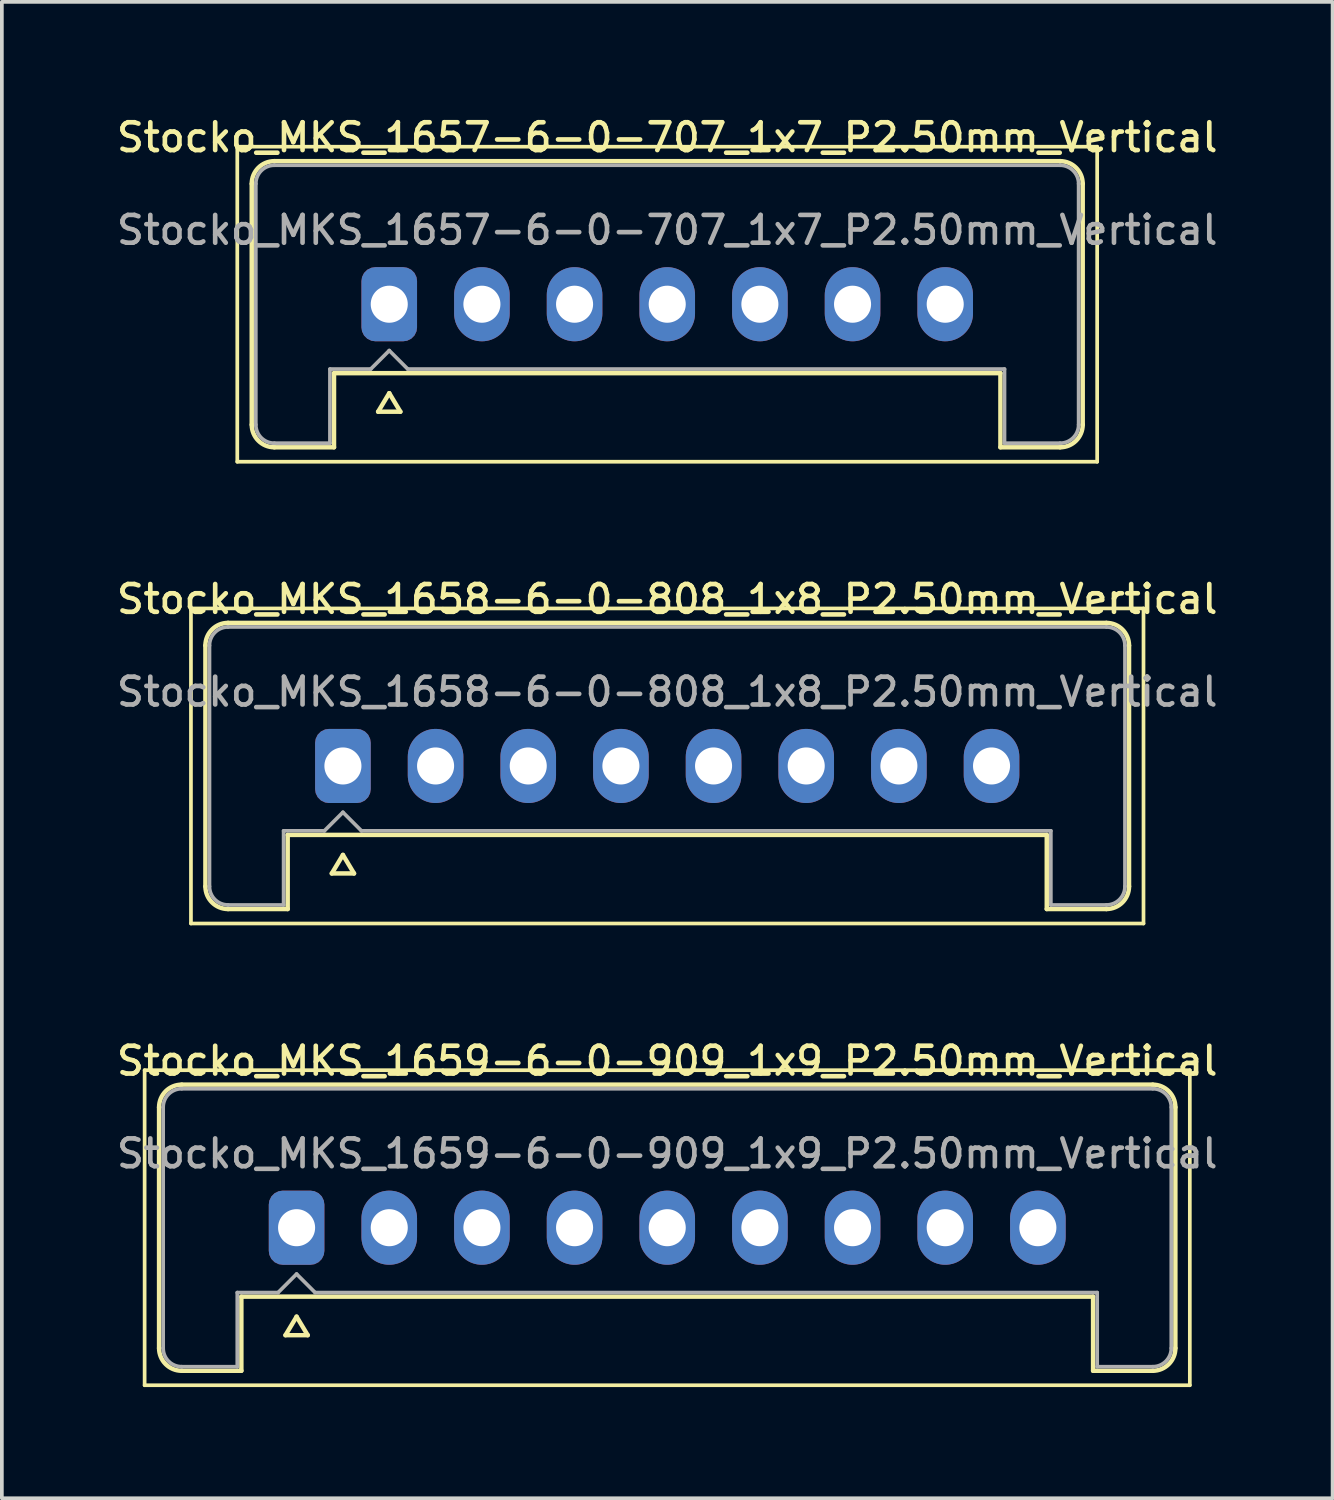
<source format=kicad_pcb>
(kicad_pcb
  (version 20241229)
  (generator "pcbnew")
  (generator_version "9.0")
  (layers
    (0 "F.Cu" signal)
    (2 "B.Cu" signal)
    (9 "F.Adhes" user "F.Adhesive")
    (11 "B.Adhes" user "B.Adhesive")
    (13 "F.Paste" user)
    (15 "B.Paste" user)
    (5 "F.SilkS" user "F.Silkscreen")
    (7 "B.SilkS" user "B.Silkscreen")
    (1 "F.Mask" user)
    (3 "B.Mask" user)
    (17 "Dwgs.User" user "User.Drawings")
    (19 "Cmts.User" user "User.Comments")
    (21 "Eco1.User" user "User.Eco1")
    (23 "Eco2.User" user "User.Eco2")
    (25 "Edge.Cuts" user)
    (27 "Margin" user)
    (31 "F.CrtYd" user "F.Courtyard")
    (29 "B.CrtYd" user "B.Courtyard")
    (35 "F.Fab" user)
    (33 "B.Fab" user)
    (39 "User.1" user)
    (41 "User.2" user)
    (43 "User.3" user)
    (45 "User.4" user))
  (footprint "Stocko_MKS_1657-6-0-707_1x7_P2.50mm_Vertical"
    (layer "F.Cu")
    (at 7.452 5.158)
    (property "Reference" "Stocko_MKS_1657-6-0-707_1x7_P2.50mm_Vertical" (at 7.5 -4.5 0) (layer "F.SilkS") (effects (font (size 0.75 0.75) (thickness 0.125))))
    (attr through_hole)
    (fp_line (start -4.1 -4.25) (end -4.1 4.25) (stroke (width 0.1) (type solid)) (layer "F.SilkS"))
    (fp_line (start -4.1 4.25) (end 19.1 4.25) (stroke (width 0.1) (type solid)) (layer "F.SilkS"))
    (fp_line (start -3.71 -3.25) (end -3.71 3.25) (stroke (width 0.12) (type solid)) (layer "F.SilkS"))
    (fp_line (start -3.1 -3.86) (end 18.1 -3.86) (stroke (width 0.12) (type solid)) (layer "F.SilkS"))
    (fp_line (start -3.1 3.86) (end -1.49 3.86) (stroke (width 0.12) (type solid)) (layer "F.SilkS"))
    (fp_line (start -1.49 1.86) (end 16.49 1.86) (stroke (width 0.12) (type solid)) (layer "F.SilkS"))
    (fp_line (start -1.49 3.86) (end -1.49 1.86) (stroke (width 0.12) (type solid)) (layer "F.SilkS"))
    (fp_line (start -0.3 2.9) (end 0.3 2.9) (stroke (width 0.12) (type solid)) (layer "F.SilkS"))
    (fp_line (start 0 2.4) (end -0.3 2.9) (stroke (width 0.12) (type solid)) (layer "F.SilkS"))
    (fp_line (start 0.3 2.9) (end 0 2.4) (stroke (width 0.12) (type solid)) (layer "F.SilkS"))
    (fp_line (start 16.49 3.86) (end 16.49 1.86) (stroke (width 0.12) (type solid)) (layer "F.SilkS"))
    (fp_line (start 18.1 3.86) (end 16.49 3.86) (stroke (width 0.12) (type solid)) (layer "F.SilkS"))
    (fp_line (start 18.71 -3.25) (end 18.71 3.25) (stroke (width 0.12) (type solid)) (layer "F.SilkS"))
    (fp_line (start 19.1 -4.25) (end -4.1 -4.25) (stroke (width 0.1) (type solid)) (layer "F.SilkS"))
    (fp_line (start 19.1 4.25) (end 19.1 -4.25) (stroke (width 0.1) (type solid)) (layer "F.SilkS"))
    (fp_arc (start -3.71 -3.25) (mid -3.531335 -3.681335) (end -3.1 -3.86) (stroke (width 0.12) (type solid)) (layer "F.SilkS"))
    (fp_arc (start -3.1 3.86) (mid -3.531335 3.681335) (end -3.71 3.25) (stroke (width 0.12) (type solid)) (layer "F.SilkS"))
    (fp_arc (start 18.1 -3.86) (mid 18.531335 -3.681335) (end 18.71 -3.25) (stroke (width 0.12) (type solid)) (layer "F.SilkS"))
    (fp_arc (start 18.71 3.25) (mid 18.531335 3.681335) (end 18.1 3.86) (stroke (width 0.12) (type solid)) (layer "F.SilkS"))
    (fp_line (start -3.6 -3.25) (end -3.6 3.25) (stroke (width 0.1) (type solid)) (layer "F.Fab"))
    (fp_line (start -3.1 -3.75) (end 18.1 -3.75) (stroke (width 0.1) (type solid)) (layer "F.Fab"))
    (fp_line (start -3.1 3.75) (end -1.6 3.75) (stroke (width 0.1) (type solid)) (layer "F.Fab"))
    (fp_line (start -1.6 1.75) (end -0.5 1.75) (stroke (width 0.1) (type solid)) (layer "F.Fab"))
    (fp_line (start -1.6 3.75) (end -1.6 1.75) (stroke (width 0.1) (type solid)) (layer "F.Fab"))
    (fp_line (start -0.5 1.75) (end 0 1.25) (stroke (width 0.1) (type solid)) (layer "F.Fab"))
    (fp_line (start 0 1.25) (end 0.5 1.75) (stroke (width 0.1) (type solid)) (layer "F.Fab"))
    (fp_line (start 0.5 1.75) (end 16.6 1.75) (stroke (width 0.1) (type solid)) (layer "F.Fab"))
    (fp_line (start 16.6 3.75) (end 16.6 1.75) (stroke (width 0.1) (type solid)) (layer "F.Fab"))
    (fp_line (start 18.1 3.75) (end 16.6 3.75) (stroke (width 0.1) (type solid)) (layer "F.Fab"))
    (fp_line (start 18.6 -3.25) (end 18.6 3.25) (stroke (width 0.1) (type solid)) (layer "F.Fab"))
    (fp_arc (start -3.6 -3.25) (mid -3.453553 -3.603553) (end -3.1 -3.75) (stroke (width 0.1) (type solid)) (layer "F.Fab"))
    (fp_arc (start -3.1 3.75) (mid -3.453553 3.603553) (end -3.6 3.25) (stroke (width 0.1) (type solid)) (layer "F.Fab"))
    (fp_arc (start 18.1 -3.75) (mid 18.453553 -3.603553) (end 18.6 -3.25) (stroke (width 0.1) (type solid)) (layer "F.Fab"))
    (fp_arc (start 18.6 3.25) (mid 18.453553 3.603553) (end 18.1 3.75) (stroke (width 0.1) (type solid)) (layer "F.Fab"))
    (fp_text user "${REFERENCE}" (at 7.5 -2 0) (layer "F.Fab") (effects (font (size 0.75 0.75) (thickness 0.125))))
    (pad "1" thru_hole roundrect (at 0 0) (size 1.5 2) (drill 1) (layers "*.Cu" "*.Mask") (roundrect_rratio 0.25))
    (pad "2" thru_hole oval (at 2.5 0) (size 1.5 2) (drill 1) (layers "*.Cu" "*.Mask"))
    (pad "3" thru_hole oval (at 5 0) (size 1.5 2) (drill 1) (layers "*.Cu" "*.Mask"))
    (pad "4" thru_hole oval (at 7.5 0) (size 1.5 2) (drill 1) (layers "*.Cu" "*.Mask"))
    (pad "5" thru_hole oval (at 10 0) (size 1.5 2) (drill 1) (layers "*.Cu" "*.Mask"))
    (pad "6" thru_hole oval (at 12.5 0) (size 1.5 2) (drill 1) (layers "*.Cu" "*.Mask"))
    (pad "7" thru_hole oval (at 15 0) (size 1.5 2) (drill 1) (layers "*.Cu" "*.Mask")))
  (footprint "Stocko_MKS_1658-6-0-808_1x8_P2.50mm_Vertical"
    (layer "F.Cu")
    (at 6.202 17.616)
    (property "Reference" "Stocko_MKS_1658-6-0-808_1x8_P2.50mm_Vertical" (at 8.75 -4.5 0) (layer "F.SilkS") (effects (font (size 0.75 0.75) (thickness 0.125))))
    (attr through_hole)
    (fp_line (start -4.1 -4.25) (end -4.1 4.25) (stroke (width 0.1) (type solid)) (layer "F.SilkS"))
    (fp_line (start -4.1 4.25) (end 21.6 4.25) (stroke (width 0.1) (type solid)) (layer "F.SilkS"))
    (fp_line (start -3.71 -3.25) (end -3.71 3.25) (stroke (width 0.12) (type solid)) (layer "F.SilkS"))
    (fp_line (start -3.1 -3.86) (end 20.6 -3.86) (stroke (width 0.12) (type solid)) (layer "F.SilkS"))
    (fp_line (start -3.1 3.86) (end -1.49 3.86) (stroke (width 0.12) (type solid)) (layer "F.SilkS"))
    (fp_line (start -1.49 1.86) (end 18.99 1.86) (stroke (width 0.12) (type solid)) (layer "F.SilkS"))
    (fp_line (start -1.49 3.86) (end -1.49 1.86) (stroke (width 0.12) (type solid)) (layer "F.SilkS"))
    (fp_line (start -0.3 2.9) (end 0.3 2.9) (stroke (width 0.12) (type solid)) (layer "F.SilkS"))
    (fp_line (start 0 2.4) (end -0.3 2.9) (stroke (width 0.12) (type solid)) (layer "F.SilkS"))
    (fp_line (start 0.3 2.9) (end 0 2.4) (stroke (width 0.12) (type solid)) (layer "F.SilkS"))
    (fp_line (start 18.99 3.86) (end 18.99 1.86) (stroke (width 0.12) (type solid)) (layer "F.SilkS"))
    (fp_line (start 20.6 3.86) (end 18.99 3.86) (stroke (width 0.12) (type solid)) (layer "F.SilkS"))
    (fp_line (start 21.21 -3.25) (end 21.21 3.25) (stroke (width 0.12) (type solid)) (layer "F.SilkS"))
    (fp_line (start 21.6 -4.25) (end -4.1 -4.25) (stroke (width 0.1) (type solid)) (layer "F.SilkS"))
    (fp_line (start 21.6 4.25) (end 21.6 -4.25) (stroke (width 0.1) (type solid)) (layer "F.SilkS"))
    (fp_arc (start -3.71 -3.25) (mid -3.531335 -3.681335) (end -3.1 -3.86) (stroke (width 0.12) (type solid)) (layer "F.SilkS"))
    (fp_arc (start -3.1 3.86) (mid -3.531335 3.681335) (end -3.71 3.25) (stroke (width 0.12) (type solid)) (layer "F.SilkS"))
    (fp_arc (start 20.6 -3.86) (mid 21.031335 -3.681335) (end 21.21 -3.25) (stroke (width 0.12) (type solid)) (layer "F.SilkS"))
    (fp_arc (start 21.21 3.25) (mid 21.031335 3.681335) (end 20.6 3.86) (stroke (width 0.12) (type solid)) (layer "F.SilkS"))
    (fp_line (start -3.6 -3.25) (end -3.6 3.25) (stroke (width 0.1) (type solid)) (layer "F.Fab"))
    (fp_line (start -3.1 -3.75) (end 20.6 -3.75) (stroke (width 0.1) (type solid)) (layer "F.Fab"))
    (fp_line (start -3.1 3.75) (end -1.6 3.75) (stroke (width 0.1) (type solid)) (layer "F.Fab"))
    (fp_line (start -1.6 1.75) (end -0.5 1.75) (stroke (width 0.1) (type solid)) (layer "F.Fab"))
    (fp_line (start -1.6 3.75) (end -1.6 1.75) (stroke (width 0.1) (type solid)) (layer "F.Fab"))
    (fp_line (start -0.5 1.75) (end 0 1.25) (stroke (width 0.1) (type solid)) (layer "F.Fab"))
    (fp_line (start 0 1.25) (end 0.5 1.75) (stroke (width 0.1) (type solid)) (layer "F.Fab"))
    (fp_line (start 0.5 1.75) (end 19.1 1.75) (stroke (width 0.1) (type solid)) (layer "F.Fab"))
    (fp_line (start 19.1 3.75) (end 19.1 1.75) (stroke (width 0.1) (type solid)) (layer "F.Fab"))
    (fp_line (start 20.6 3.75) (end 19.1 3.75) (stroke (width 0.1) (type solid)) (layer "F.Fab"))
    (fp_line (start 21.1 -3.25) (end 21.1 3.25) (stroke (width 0.1) (type solid)) (layer "F.Fab"))
    (fp_arc (start -3.6 -3.25) (mid -3.453553 -3.603553) (end -3.1 -3.75) (stroke (width 0.1) (type solid)) (layer "F.Fab"))
    (fp_arc (start -3.1 3.75) (mid -3.453553 3.603553) (end -3.6 3.25) (stroke (width 0.1) (type solid)) (layer "F.Fab"))
    (fp_arc (start 20.6 -3.75) (mid 20.953553 -3.603553) (end 21.1 -3.25) (stroke (width 0.1) (type solid)) (layer "F.Fab"))
    (fp_arc (start 21.1 3.25) (mid 20.953553 3.603553) (end 20.6 3.75) (stroke (width 0.1) (type solid)) (layer "F.Fab"))
    (fp_text user "${REFERENCE}" (at 8.75 -2 0) (layer "F.Fab") (effects (font (size 0.75 0.75) (thickness 0.125))))
    (pad "1" thru_hole roundrect (at 0 0) (size 1.5 2) (drill 1) (layers "*.Cu" "*.Mask") (roundrect_rratio 0.25))
    (pad "2" thru_hole oval (at 2.5 0) (size 1.5 2) (drill 1) (layers "*.Cu" "*.Mask"))
    (pad "3" thru_hole oval (at 5 0) (size 1.5 2) (drill 1) (layers "*.Cu" "*.Mask"))
    (pad "4" thru_hole oval (at 7.5 0) (size 1.5 2) (drill 1) (layers "*.Cu" "*.Mask"))
    (pad "5" thru_hole oval (at 10 0) (size 1.5 2) (drill 1) (layers "*.Cu" "*.Mask"))
    (pad "6" thru_hole oval (at 12.5 0) (size 1.5 2) (drill 1) (layers "*.Cu" "*.Mask"))
    (pad "7" thru_hole oval (at 15 0) (size 1.5 2) (drill 1) (layers "*.Cu" "*.Mask"))
    (pad "8" thru_hole oval (at 17.5 0) (size 1.5 2) (drill 1) (layers "*.Cu" "*.Mask")))
  (footprint "Stocko_MKS_1659-6-0-909_1x9_P2.50mm_Vertical"
    (layer "F.Cu")
    (at 4.952 30.074)
    (property "Reference" "Stocko_MKS_1659-6-0-909_1x9_P2.50mm_Vertical" (at 10 -4.5 0) (layer "F.SilkS") (effects (font (size 0.75 0.75) (thickness 0.125))))
    (attr through_hole)
    (fp_line (start -4.1 -4.25) (end -4.1 4.25) (stroke (width 0.1) (type solid)) (layer "F.SilkS"))
    (fp_line (start -4.1 4.25) (end 24.1 4.25) (stroke (width 0.1) (type solid)) (layer "F.SilkS"))
    (fp_line (start -3.71 -3.25) (end -3.71 3.25) (stroke (width 0.12) (type solid)) (layer "F.SilkS"))
    (fp_line (start -3.1 -3.86) (end 23.1 -3.86) (stroke (width 0.12) (type solid)) (layer "F.SilkS"))
    (fp_line (start -3.1 3.86) (end -1.49 3.86) (stroke (width 0.12) (type solid)) (layer "F.SilkS"))
    (fp_line (start -1.49 1.86) (end 21.49 1.86) (stroke (width 0.12) (type solid)) (layer "F.SilkS"))
    (fp_line (start -1.49 3.86) (end -1.49 1.86) (stroke (width 0.12) (type solid)) (layer "F.SilkS"))
    (fp_line (start -0.3 2.9) (end 0.3 2.9) (stroke (width 0.12) (type solid)) (layer "F.SilkS"))
    (fp_line (start 0 2.4) (end -0.3 2.9) (stroke (width 0.12) (type solid)) (layer "F.SilkS"))
    (fp_line (start 0.3 2.9) (end 0 2.4) (stroke (width 0.12) (type solid)) (layer "F.SilkS"))
    (fp_line (start 21.49 3.86) (end 21.49 1.86) (stroke (width 0.12) (type solid)) (layer "F.SilkS"))
    (fp_line (start 23.1 3.86) (end 21.49 3.86) (stroke (width 0.12) (type solid)) (layer "F.SilkS"))
    (fp_line (start 23.71 -3.25) (end 23.71 3.25) (stroke (width 0.12) (type solid)) (layer "F.SilkS"))
    (fp_line (start 24.1 -4.25) (end -4.1 -4.25) (stroke (width 0.1) (type solid)) (layer "F.SilkS"))
    (fp_line (start 24.1 4.25) (end 24.1 -4.25) (stroke (width 0.1) (type solid)) (layer "F.SilkS"))
    (fp_arc (start -3.71 -3.25) (mid -3.531335 -3.681335) (end -3.1 -3.86) (stroke (width 0.12) (type solid)) (layer "F.SilkS"))
    (fp_arc (start -3.1 3.86) (mid -3.531335 3.681335) (end -3.71 3.25) (stroke (width 0.12) (type solid)) (layer "F.SilkS"))
    (fp_arc (start 23.1 -3.86) (mid 23.531335 -3.681335) (end 23.71 -3.25) (stroke (width 0.12) (type solid)) (layer "F.SilkS"))
    (fp_arc (start 23.71 3.25) (mid 23.531335 3.681335) (end 23.1 3.86) (stroke (width 0.12) (type solid)) (layer "F.SilkS"))
    (fp_line (start -3.6 -3.25) (end -3.6 3.25) (stroke (width 0.1) (type solid)) (layer "F.Fab"))
    (fp_line (start -3.1 -3.75) (end 23.1 -3.75) (stroke (width 0.1) (type solid)) (layer "F.Fab"))
    (fp_line (start -3.1 3.75) (end -1.6 3.75) (stroke (width 0.1) (type solid)) (layer "F.Fab"))
    (fp_line (start -1.6 1.75) (end -0.5 1.75) (stroke (width 0.1) (type solid)) (layer "F.Fab"))
    (fp_line (start -1.6 3.75) (end -1.6 1.75) (stroke (width 0.1) (type solid)) (layer "F.Fab"))
    (fp_line (start -0.5 1.75) (end 0 1.25) (stroke (width 0.1) (type solid)) (layer "F.Fab"))
    (fp_line (start 0 1.25) (end 0.5 1.75) (stroke (width 0.1) (type solid)) (layer "F.Fab"))
    (fp_line (start 0.5 1.75) (end 21.6 1.75) (stroke (width 0.1) (type solid)) (layer "F.Fab"))
    (fp_line (start 21.6 3.75) (end 21.6 1.75) (stroke (width 0.1) (type solid)) (layer "F.Fab"))
    (fp_line (start 23.1 3.75) (end 21.6 3.75) (stroke (width 0.1) (type solid)) (layer "F.Fab"))
    (fp_line (start 23.6 -3.25) (end 23.6 3.25) (stroke (width 0.1) (type solid)) (layer "F.Fab"))
    (fp_arc (start -3.6 -3.25) (mid -3.453553 -3.603553) (end -3.1 -3.75) (stroke (width 0.1) (type solid)) (layer "F.Fab"))
    (fp_arc (start -3.1 3.75) (mid -3.453553 3.603553) (end -3.6 3.25) (stroke (width 0.1) (type solid)) (layer "F.Fab"))
    (fp_arc (start 23.1 -3.75) (mid 23.453553 -3.603553) (end 23.6 -3.25) (stroke (width 0.1) (type solid)) (layer "F.Fab"))
    (fp_arc (start 23.6 3.25) (mid 23.453553 3.603553) (end 23.1 3.75) (stroke (width 0.1) (type solid)) (layer "F.Fab"))
    (fp_text user "${REFERENCE}" (at 10 -2 0) (layer "F.Fab") (effects (font (size 0.75 0.75) (thickness 0.125))))
    (pad "1" thru_hole roundrect (at 0 0) (size 1.5 2) (drill 1) (layers "*.Cu" "*.Mask") (roundrect_rratio 0.25))
    (pad "2" thru_hole oval (at 2.5 0) (size 1.5 2) (drill 1) (layers "*.Cu" "*.Mask"))
    (pad "3" thru_hole oval (at 5 0) (size 1.5 2) (drill 1) (layers "*.Cu" "*.Mask"))
    (pad "4" thru_hole oval (at 7.5 0) (size 1.5 2) (drill 1) (layers "*.Cu" "*.Mask"))
    (pad "5" thru_hole oval (at 10 0) (size 1.5 2) (drill 1) (layers "*.Cu" "*.Mask"))
    (pad "6" thru_hole oval (at 12.5 0) (size 1.5 2) (drill 1) (layers "*.Cu" "*.Mask"))
    (pad "7" thru_hole oval (at 15 0) (size 1.5 2) (drill 1) (layers "*.Cu" "*.Mask"))
    (pad "8" thru_hole oval (at 17.5 0) (size 1.5 2) (drill 1) (layers "*.Cu" "*.Mask"))
    (pad "9" thru_hole oval (at 20 0) (size 1.5 2) (drill 1) (layers "*.Cu" "*.Mask")))
  (gr_rect
    (start -3 -3)
    (end 32.904 37.374)
    (stroke (width 0.1) (type default))
    (fill no)
    (layer "Edge.Cuts")))
</source>
